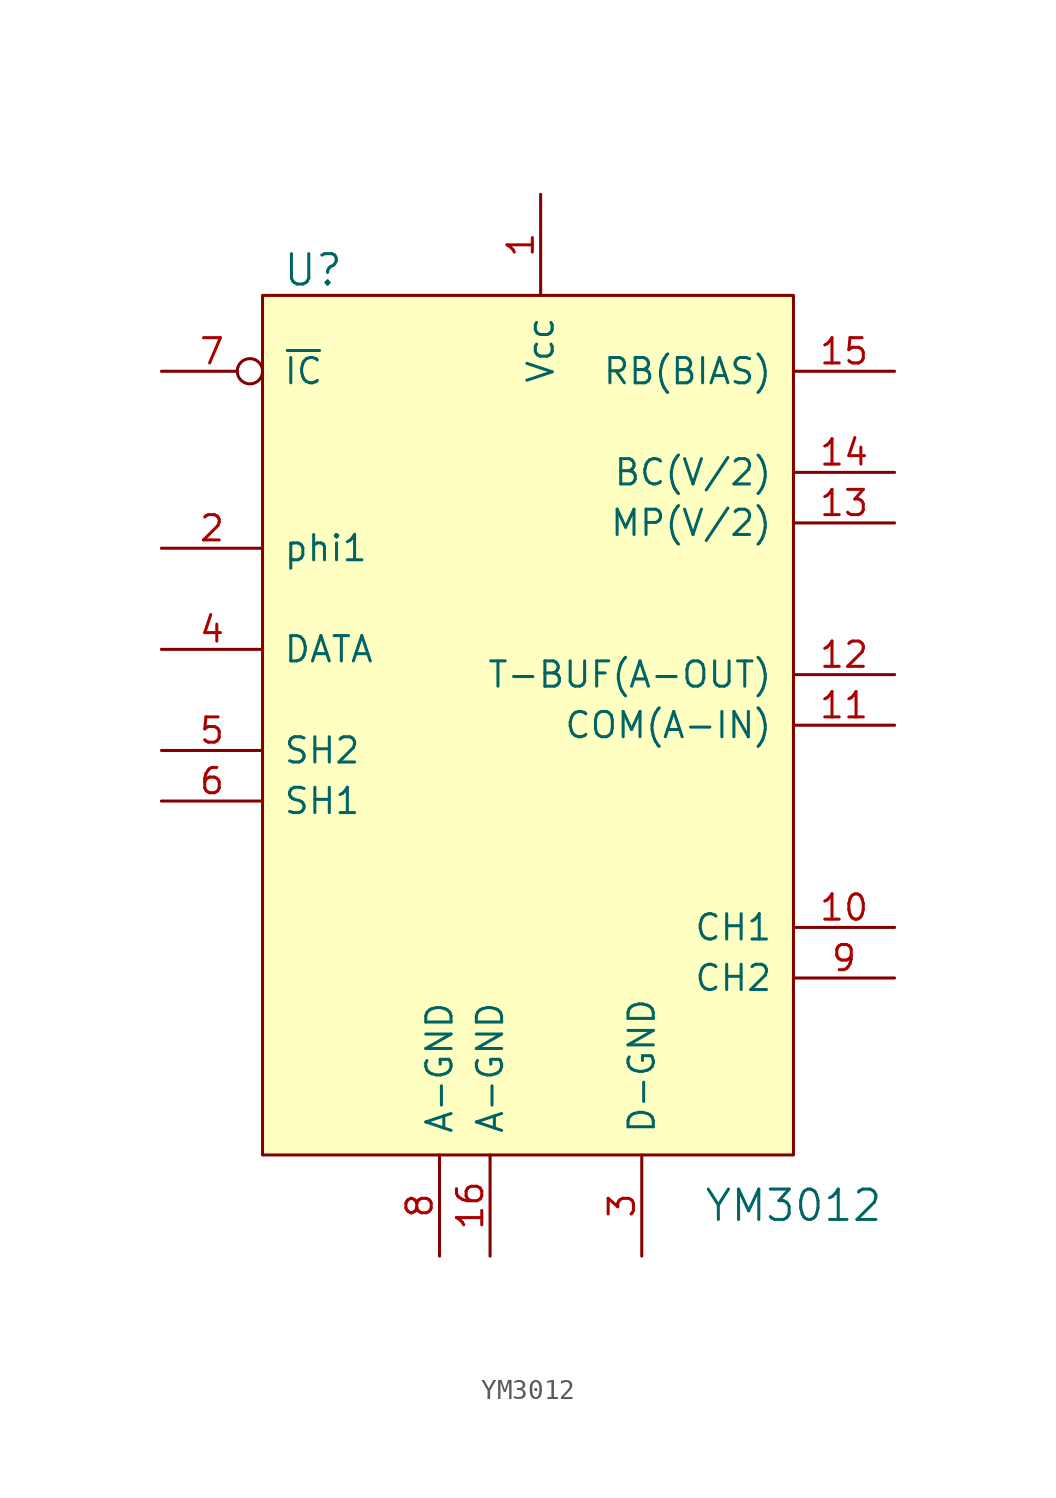
<source format=kicad_sym>
(kicad_symbol_lib
  (version 20211014)
  (generator kicad_symbol_editor)
  (symbol "YM3012"
    (pin_names
      (offset 1.016))
    (property "Reference" "U"
      (at -11.43 25.4 0)
      (effects (font (size 1.524 1.524))))
    (property "Value" "YM3012"
      (at 12.7 -21.59 0)
      (effects (font (size 1.524 1.524))))
    (symbol "YM3012_0_1"
      (rectangle (start -13.97 24.13) (end 12.7 -19.05) (stroke (width 0) (type default) (color 0 0 0 0)) (fill (type background))))
    (symbol "YM3012_1_1"
      (pin power_in line (at 0 29.21 270) (length 5.08) (name "Vcc" (effects (font (size 1.27 1.27)))) (number "1" (effects (font (size 1.27 1.27)))))
      (pin output line (at 17.78 -7.62 180) (length 5.08) (name "CH1" (effects (font (size 1.27 1.27)))) (number "10" (effects (font (size 1.27 1.27)))))
      (pin input line (at 17.78 2.54 180) (length 5.08) (name "COM(A-IN)" (effects (font (size 1.27 1.27)))) (number "11" (effects (font (size 1.27 1.27)))))
      (pin output line (at 17.78 5.08 180) (length 5.08) (name "T-BUF(A-OUT)" (effects (font (size 1.27 1.27)))) (number "12" (effects (font (size 1.27 1.27)))))
      (pin passive line (at 17.78 12.7 180) (length 5.08) (name "MP(V/2)" (effects (font (size 1.27 1.27)))) (number "13" (effects (font (size 1.27 1.27)))))
      (pin passive line (at 17.78 15.24 180) (length 5.08) (name "BC(V/2)" (effects (font (size 1.27 1.27)))) (number "14" (effects (font (size 1.27 1.27)))))
      (pin output line (at 17.78 20.32 180) (length 5.08) (name "RB(BIAS)" (effects (font (size 1.27 1.27)))) (number "15" (effects (font (size 1.27 1.27)))))
      (pin power_in line (at -2.54 -24.13 90) (length 5.08) (name "A-GND" (effects (font (size 1.27 1.27)))) (number "16" (effects (font (size 1.27 1.27)))))
      (pin input line (at -19.05 11.43 0) (length 5.08) (name "phi1" (effects (font (size 1.27 1.27)))) (number "2" (effects (font (size 1.27 1.27)))))
      (pin power_in line (at 5.08 -24.13 90) (length 5.08) (name "D-GND" (effects (font (size 1.27 1.27)))) (number "3" (effects (font (size 1.27 1.27)))))
      (pin input line (at -19.05 6.35 0) (length 5.08) (name "DATA" (effects (font (size 1.27 1.27)))) (number "4" (effects (font (size 1.27 1.27)))))
      (pin input line (at -19.05 1.27 0) (length 5.08) (name "SH2" (effects (font (size 1.27 1.27)))) (number "5" (effects (font (size 1.27 1.27)))))
      (pin input line (at -19.05 -1.27 0) (length 5.08) (name "SH1" (effects (font (size 1.27 1.27)))) (number "6" (effects (font (size 1.27 1.27)))))
      (pin input inverted (at -19.05 20.32 0) (length 5.08) (name "~{IC}" (effects (font (size 1.27 1.27)))) (number "7" (effects (font (size 1.27 1.27)))))
      (pin power_in line (at -5.08 -24.13 90) (length 5.08) (name "A-GND" (effects (font (size 1.27 1.27)))) (number "8" (effects (font (size 1.27 1.27)))))
      (pin output line (at 17.78 -10.16 180) (length 5.08) (name "CH2" (effects (font (size 1.27 1.27)))) (number "9" (effects (font (size 1.27 1.27))))))))
</source>
